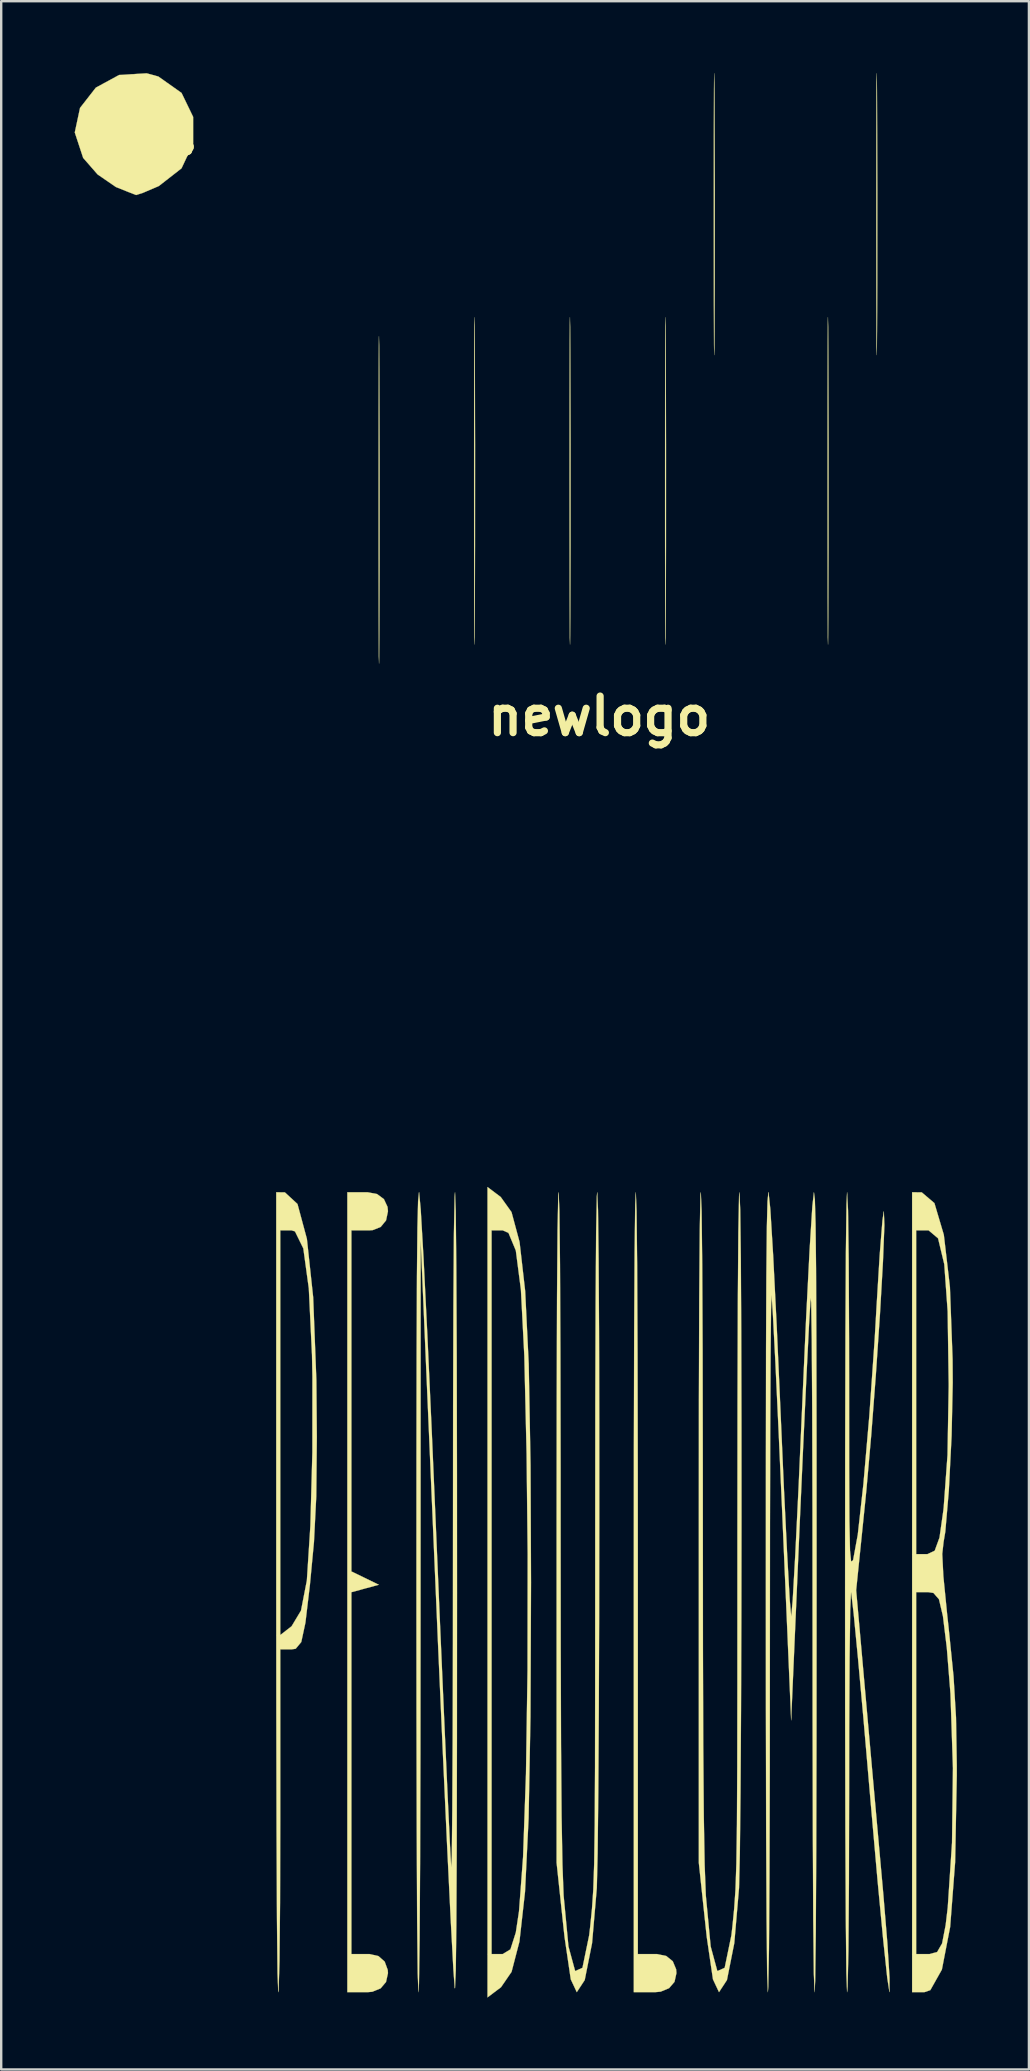
<source format=kicad_pcb>
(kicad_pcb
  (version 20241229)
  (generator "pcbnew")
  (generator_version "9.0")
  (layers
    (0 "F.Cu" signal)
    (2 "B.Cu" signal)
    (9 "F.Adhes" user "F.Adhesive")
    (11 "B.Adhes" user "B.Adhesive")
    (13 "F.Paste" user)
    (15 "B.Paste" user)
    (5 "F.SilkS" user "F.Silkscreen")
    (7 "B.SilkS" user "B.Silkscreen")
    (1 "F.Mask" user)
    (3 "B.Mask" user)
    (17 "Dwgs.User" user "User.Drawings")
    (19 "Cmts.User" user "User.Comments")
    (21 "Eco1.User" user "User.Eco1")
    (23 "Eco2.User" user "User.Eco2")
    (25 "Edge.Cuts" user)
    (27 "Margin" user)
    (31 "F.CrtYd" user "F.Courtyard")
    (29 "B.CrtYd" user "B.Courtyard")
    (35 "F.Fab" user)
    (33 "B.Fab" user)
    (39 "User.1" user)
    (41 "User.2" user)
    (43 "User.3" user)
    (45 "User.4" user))
  (footprint "newlogo"
    (layer "F.Cu")
    (at 21.924 26.794)
    (property "Reference" "newlogo" (at 0 0 0) (layer "F.SilkS") (effects (font (size 1.524 1.524) (thickness 0.3))))
    (attr through_hole)
    (fp_poly (pts (xy -9.172 -15.409) (xy -9.166 -14.451) (xy -9.155 -10.526) (xy -9.156 -6.273) (xy -9.166 -3.339) (xy -9.176 -2.191) (xy -9.185 -2.503) (xy -9.191 -4.148) (xy -9.195 -7) (xy -9.195 -9.128) (xy -9.193 -12.573) (xy -9.188 -14.845) (xy -9.181 -15.829) (xy -9.172 -15.409)) (stroke (width 0.01) (type solid)) (fill yes) (layer "F.SilkS"))
    (fp_poly (pts (xy -5.192 -16.202) (xy -5.186 -15.245) (xy -5.175 -11.32) (xy -5.177 -7.067) (xy -5.187 -4.132) (xy -5.197 -2.984) (xy -5.205 -3.297) (xy -5.212 -4.942) (xy -5.215 -7.794) (xy -5.216 -9.922) (xy -5.214 -13.367) (xy -5.209 -15.639) (xy -5.202 -16.622) (xy -5.192 -16.202)) (stroke (width 0.01) (type solid)) (fill yes) (layer "F.SilkS"))
    (fp_poly (pts (xy -1.213 -16.202) (xy -1.207 -15.245) (xy -1.196 -11.32) (xy -1.197 -7.067) (xy -1.207 -4.132) (xy -1.217 -2.984) (xy -1.226 -3.297) (xy -1.232 -4.942) (xy -1.236 -7.794) (xy -1.237 -9.922) (xy -1.235 -13.367) (xy -1.23 -15.639) (xy -1.222 -16.622) (xy -1.213 -16.202)) (stroke (width 0.01) (type solid)) (fill yes) (layer "F.SilkS"))
    (fp_poly (pts (xy 2.766 -16.202) (xy 2.772 -15.245) (xy 2.783 -11.32) (xy 2.782 -7.067) (xy 2.772 -4.132) (xy 2.762 -2.984) (xy 2.753 -3.297) (xy 2.747 -4.942) (xy 2.743 -7.794) (xy 2.743 -9.922) (xy 2.745 -13.367) (xy 2.75 -15.639) (xy 2.757 -16.622) (xy 2.766 -16.202)) (stroke (width 0.01) (type solid)) (fill yes) (layer "F.SilkS"))
    (fp_poly (pts (xy 4.801 -26.007) (xy 4.804 -25.567) (xy 4.816 -21.918) (xy 4.813 -18.037) (xy 4.804 -16.042) (xy 4.793 -15.046) (xy 4.783 -15.499) (xy 4.777 -17.262) (xy 4.774 -20.199) (xy 4.774 -21.034) (xy 4.776 -24.179) (xy 4.782 -26.138) (xy 4.79 -26.789) (xy 4.801 -26.007)) (stroke (width 0.01) (type solid)) (fill yes) (layer "F.SilkS"))
    (fp_poly (pts (xy 9.54 -16.202) (xy 9.546 -15.245) (xy 9.557 -11.32) (xy 9.555 -7.067) (xy 9.545 -4.132) (xy 9.535 -2.984) (xy 9.527 -3.297) (xy 9.52 -4.942) (xy 9.517 -7.794) (xy 9.516 -9.922) (xy 9.518 -13.367) (xy 9.523 -15.639) (xy 9.53 -16.622) (xy 9.54 -16.202)) (stroke (width 0.01) (type solid)) (fill yes) (layer "F.SilkS"))
    (fp_poly (pts (xy 11.575 -26.007) (xy 11.577 -25.567) (xy 11.589 -21.918) (xy 11.586 -18.037) (xy 11.577 -16.042) (xy 11.566 -15.046) (xy 11.557 -15.499) (xy 11.55 -17.262) (xy 11.547 -20.199) (xy 11.547 -21.034) (xy 11.549 -24.179) (xy 11.555 -26.138) (xy 11.564 -26.789) (xy 11.575 -26.007)) (stroke (width 0.01) (type solid)) (fill yes) (layer "F.SilkS"))
    (fp_poly (pts (xy 1.555 20.622) (xy 1.58 22.894) (xy 1.597 26.568) (xy 1.607 31.552) (xy 1.609 35.719) (xy 1.609 51.594) (xy 2.413 51.594) (xy 2.792 51.673) (xy 3.065 51.893) (xy 3.205 52.229) (xy 3.217 52.388) (xy 3.137 52.751) (xy 2.91 53.015) (xy 2.56 53.16) (xy 2.328 53.181) (xy 1.439 53.181) (xy 1.439 36.513) (xy 1.443 30.495) (xy 1.455 25.736) (xy 1.474 22.323) (xy 1.499 20.341) (xy 1.524 19.844) (xy 1.555 20.622)) (stroke (width 0.01) (type solid)) (fill yes) (layer "F.SilkS"))
    (fp_poly (pts (xy -9.259 19.919) (xy -8.974 20.13) (xy -8.823 20.454) (xy -8.805 20.637) (xy -8.885 21.018) (xy -9.107 21.289) (xy -9.441 21.422) (xy -9.567 21.431) (xy -10.329 21.431) (xy -10.329 35.646) (xy -9.186 36.202) (xy -9.758 36.357) (xy -10.329 36.513) (xy -10.329 51.594) (xy -9.567 51.594) (xy -9.202 51.677) (xy -8.942 51.907) (xy -8.814 52.256) (xy -8.805 52.388) (xy -8.886 52.756) (xy -9.111 53.023) (xy -9.457 53.164) (xy -9.652 53.181) (xy -10.499 53.181) (xy -10.499 19.844) (xy -9.652 19.844) (xy -9.259 19.919)) (stroke (width 0.01) (type solid)) (fill yes) (layer "F.SilkS"))
    (fp_poly (pts (xy -4.106 20.041) (xy -3.656 20.671) (xy -3.321 21.915) (xy -3.087 23.961) (xy -2.939 26.996) (xy -2.863 31.211) (xy -2.843 36.116) (xy -2.866 41.703) (xy -2.944 45.936) (xy -3.093 48.997) (xy -3.325 51.069) (xy -3.654 52.334) (xy -4.094 52.975) (xy -4.106 52.984) (xy -4.657 53.399) (xy -4.657 21.431) (xy -4.487 21.431) (xy -4.487 51.594) (xy -4.026 51.594) (xy -3.702 51.397) (xy -3.477 50.693) (xy -3.344 49.808) (xy -3.175 47.545) (xy -3.054 44.086) (xy -2.989 39.766) (xy -2.983 34.923) (xy -3.028 30.758) (xy -3.123 26.658) (xy -3.265 23.905) (xy -3.477 22.274) (xy -3.784 21.537) (xy -4.026 21.431) (xy -4.487 21.431) (xy -4.657 21.431) (xy -4.657 19.626) (xy -4.106 20.041)) (stroke (width 0.01) (type solid)) (fill yes) (layer "F.SilkS"))
    (fp_poly (pts (xy -13.102 19.848) (xy -12.576 20.333) (xy -12.184 21.786) (xy -11.922 24.226) (xy -11.789 27.673) (xy -11.769 30.043) (xy -11.793 32.515) (xy -11.889 34.421) (xy -12.057 36.195) (xy -12.245 37.783) (xy -12.418 38.589) (xy -12.65 38.869) (xy -12.819 38.894) (xy -13.293 38.894) (xy -13.293 46.038) (xy -13.302 49.46) (xy -13.326 51.902) (xy -13.363 53.102) (xy -13.377 53.181) (xy -13.408 52.402) (xy -13.432 50.123) (xy -13.449 46.43) (xy -13.459 41.409) (xy -13.462 36.513) (xy -13.462 21.431) (xy -13.293 21.431) (xy -13.293 38.297) (xy -12.822 37.931) (xy -12.43 37.278) (xy -12.188 36.035) (xy -12.184 35.999) (xy -12.039 33.743) (xy -11.956 30.677) (xy -11.954 27.513) (xy -11.972 26.614) (xy -12.104 23.855) (xy -12.333 22.185) (xy -12.681 21.476) (xy -12.827 21.431) (xy -13.293 21.431) (xy -13.462 21.431) (xy -13.462 19.844) (xy -13.102 19.848)) (stroke (width 0.01) (type solid)) (fill yes) (layer "F.SilkS"))
    (fp_poly (pts (xy -0.051 20.586) (xy -0.026 22.613) (xy -0.008 25.621) (xy 0.001 29.31) (xy 0.002 33.378) (xy -0.004 37.524) (xy -0.018 41.445) (xy -0.039 44.84) (xy -0.067 47.408) (xy -0.101 48.838) (xy -0.299 51.139) (xy -0.605 52.676) (xy -0.936 53.181) (xy -1.187 52.647) (xy -1.445 50.894) (xy -1.49 50.483) (xy -1.778 47.784) (xy -1.778 33.814) (xy -1.773 28.432) (xy -1.76 24.261) (xy -1.738 21.41) (xy -1.708 19.988) (xy -1.693 19.844) (xy -1.66 20.618) (xy -1.635 22.864) (xy -1.618 26.467) (xy -1.609 31.313) (xy -1.609 33.377) (xy -1.605 38.832) (xy -1.592 42.919) (xy -1.569 45.859) (xy -1.533 47.87) (xy -1.485 49.151) (xy -1.283 51.276) (xy -1.004 52.301) (xy -0.7 52.165) (xy -0.42 50.81) (xy -0.377 50.439) (xy -0.303 49.701) (xy -0.249 48.914) (xy -0.212 47.832) (xy -0.189 46.21) (xy -0.176 43.801) (xy -0.171 40.361) (xy -0.169 35.643) (xy -0.169 34.167) (xy -0.165 28.699) (xy -0.151 24.448) (xy -0.13 21.521) (xy -0.101 20.024) (xy -0.085 19.844) (xy -0.051 20.586)) (stroke (width 0.01) (type solid)) (fill yes) (layer "F.SilkS"))
    (fp_poly (pts (xy 5.876 20.586) (xy 5.901 22.613) (xy 5.918 25.621) (xy 5.927 29.31) (xy 5.929 33.378) (xy 5.923 37.524) (xy 5.909 41.445) (xy 5.888 44.84) (xy 5.86 47.408) (xy 5.826 48.838) (xy 5.628 51.139) (xy 5.322 52.676) (xy 4.991 53.181) (xy 4.739 52.647) (xy 4.482 50.894) (xy 4.437 50.483) (xy 4.149 47.784) (xy 4.149 33.814) (xy 4.153 28.432) (xy 4.167 24.261) (xy 4.189 21.41) (xy 4.218 19.988) (xy 4.233 19.844) (xy 4.266 20.618) (xy 4.292 22.864) (xy 4.309 26.467) (xy 4.317 31.313) (xy 4.318 33.377) (xy 4.322 38.832) (xy 4.335 42.919) (xy 4.358 45.859) (xy 4.393 47.87) (xy 4.442 49.151) (xy 4.644 51.276) (xy 4.922 52.301) (xy 5.227 52.165) (xy 5.507 50.81) (xy 5.55 50.439) (xy 5.623 49.701) (xy 5.677 48.914) (xy 5.714 47.832) (xy 5.738 46.21) (xy 5.751 43.801) (xy 5.756 40.361) (xy 5.757 35.643) (xy 5.757 34.167) (xy 5.762 28.699) (xy 5.775 24.448) (xy 5.797 21.521) (xy 5.826 20.024) (xy 5.842 19.844) (xy 5.876 20.586)) (stroke (width 0.01) (type solid)) (fill yes) (layer "F.SilkS"))
    (fp_poly (pts (xy -5.981 20.623) (xy -5.957 22.902) (xy -5.939 26.597) (xy -5.929 31.621) (xy -5.927 36.579) (xy -5.93 42.629) (xy -5.939 47.196) (xy -5.955 50.38) (xy -5.979 52.284) (xy -6.011 53.01) (xy -6.022 53.017) (xy -6.08 52.223) (xy -6.19 50.172) (xy -6.34 47.087) (xy -6.519 43.19) (xy -6.718 38.702) (xy -6.779 37.274) (xy -7.442 21.828) (xy -7.447 37.505) (xy -7.452 43.274) (xy -7.466 47.815) (xy -7.486 51.031) (xy -7.513 52.824) (xy -7.535 53.181) (xy -7.566 52.402) (xy -7.59 50.123) (xy -7.607 46.43) (xy -7.617 41.409) (xy -7.62 36.513) (xy -7.618 30.76) (xy -7.611 26.424) (xy -7.598 23.334) (xy -7.578 21.322) (xy -7.55 20.216) (xy -7.513 19.847) (xy -7.508 19.844) (xy -7.44 20.56) (xy -7.322 22.59) (xy -7.165 25.756) (xy -6.977 29.878) (xy -6.819 33.536) (xy -6.632 37.917) (xy -6.462 41.8) (xy -6.321 44.938) (xy -6.219 47.084) (xy -6.169 47.982) (xy -6.145 47.482) (xy -6.125 45.612) (xy -6.109 42.59) (xy -6.099 38.633) (xy -6.096 34.29) (xy -6.091 28.792) (xy -6.078 24.514) (xy -6.057 21.561) (xy -6.028 20.037) (xy -6.011 19.844) (xy -5.981 20.623)) (stroke (width 0.01) (type solid)) (fill yes) (layer "F.SilkS"))
    (fp_poly (pts (xy 13.441 19.848) (xy 13.969 20.297) (xy 14.361 21.618) (xy 14.615 23.794) (xy 14.726 26.805) (xy 14.732 27.781) (xy 14.685 29.991) (xy 14.569 32.283) (xy 14.422 33.995) (xy 14.35 34.423) (xy 14.295 34.919) (xy 14.342 35.852) (xy 14.503 37.47) (xy 14.558 37.968) (xy 14.766 40.022) (xy 14.869 41.741) (xy 14.901 43.717) (xy 14.901 44.15) (xy 14.832 47.764) (xy 14.625 50.461) (xy 14.28 52.24) (xy 13.798 53.097) (xy 13.549 53.181) (xy 13.039 53.181) (xy 13.039 36.513) (xy 13.208 36.513) (xy 13.208 51.594) (xy 13.762 51.594) (xy 14.082 51.506) (xy 14.288 51.15) (xy 14.437 50.382) (xy 14.524 49.645) (xy 14.702 46.953) (xy 14.74 43.842) (xy 14.638 40.752) (xy 14.485 38.833) (xy 14.323 37.507) (xy 14.158 36.808) (xy 13.927 36.543) (xy 13.723 36.513) (xy 13.208 36.513) (xy 13.039 36.513) (xy 13.039 21.431) (xy 13.208 21.431) (xy 13.208 34.925) (xy 13.678 34.925) (xy 13.98 34.784) (xy 14.18 34.235) (xy 14.342 33.094) (xy 14.355 32.977) (xy 14.514 30.791) (xy 14.563 27.953) (xy 14.563 27.817) (xy 14.52 24.811) (xy 14.379 22.843) (xy 14.12 21.765) (xy 13.725 21.431) (xy 13.716 21.431) (xy 13.208 21.431) (xy 13.039 21.431) (xy 13.039 19.844) (xy 13.441 19.848)) (stroke (width 0.01) (type solid)) (fill yes) (layer "F.SilkS"))
    (fp_poly (pts (xy 10.369 20.598) (xy 10.397 22.706) (xy 10.412 25.937) (xy 10.414 27.707) (xy 10.416 31.286) (xy 10.426 33.55) (xy 10.451 34.774) (xy 10.496 35.231) (xy 10.567 35.193) (xy 10.582 35.158) (xy 10.774 34.114) (xy 11.009 32.004) (xy 11.254 29.179) (xy 11.477 25.996) (xy 11.555 24.635) (xy 11.688 22.453) (xy 11.804 21.001) (xy 11.86 20.637) (xy 11.884 21.214) (xy 11.824 22.742) (xy 11.7 24.914) (xy 11.53 27.426) (xy 11.335 29.972) (xy 11.134 32.247) (xy 11.09 32.688) (xy 10.707 36.432) (xy 11.09 40.735) (xy 11.358 43.743) (xy 11.652 47.017) (xy 11.84 49.109) (xy 12.007 51.126) (xy 12.099 52.581) (xy 12.097 53.175) (xy 12.094 53.177) (xy 12.002 52.583) (xy 11.83 50.961) (xy 11.6 48.543) (xy 11.337 45.562) (xy 11.275 44.842) (xy 11.01 41.773) (xy 10.778 39.213) (xy 10.602 37.394) (xy 10.502 36.546) (xy 10.492 36.513) (xy 10.46 37.251) (xy 10.434 39.25) (xy 10.418 42.18) (xy 10.414 44.847) (xy 10.406 48.662) (xy 10.385 51.437) (xy 10.351 52.958) (xy 10.329 53.181) (xy 10.299 52.402) (xy 10.275 50.123) (xy 10.257 46.43) (xy 10.247 41.409) (xy 10.245 36.513) (xy 10.249 30.495) (xy 10.26 25.736) (xy 10.279 22.323) (xy 10.304 20.341) (xy 10.329 19.844) (xy 10.369 20.598)) (stroke (width 0.01) (type solid)) (fill yes) (layer "F.SilkS"))
    (fp_poly (pts (xy 8.986 20.14) (xy 9.015 21.144) (xy 9.036 23.027) (xy 9.049 25.96) (xy 9.057 30.114) (xy 9.059 35.662) (xy 9.059 36.513) (xy 9.055 42.53) (xy 9.044 47.289) (xy 9.025 50.702) (xy 9 52.684) (xy 8.975 53.181) (xy 8.943 52.405) (xy 8.918 50.143) (xy 8.901 46.497) (xy 8.891 41.568) (xy 8.89 38.338) (xy 8.886 33.045) (xy 8.875 28.881) (xy 8.856 25.97) (xy 8.832 24.435) (xy 8.811 24.249) (xy 8.749 25.252) (xy 8.641 27.402) (xy 8.502 30.372) (xy 8.365 33.428) (xy 7.998 41.852) (xy 7.625 33.192) (xy 7.473 29.762) (xy 7.339 26.902) (xy 7.236 24.918) (xy 7.182 24.126) (xy 7.16 24.746) (xy 7.141 26.716) (xy 7.126 29.799) (xy 7.116 33.755) (xy 7.112 38.349) (xy 7.112 38.45) (xy 7.108 44.017) (xy 7.095 48.358) (xy 7.074 51.372) (xy 7.045 52.956) (xy 7.027 53.181) (xy 6.997 52.402) (xy 6.973 50.123) (xy 6.955 46.43) (xy 6.945 41.409) (xy 6.943 36.513) (xy 6.945 30.767) (xy 6.951 26.438) (xy 6.964 23.352) (xy 6.984 21.34) (xy 7.012 20.229) (xy 7.049 19.849) (xy 7.055 19.844) (xy 7.13 20.548) (xy 7.249 22.49) (xy 7.396 25.412) (xy 7.542 28.685) (xy 7.693 32.111) (xy 7.831 34.919) (xy 7.938 36.82) (xy 8.001 37.527) (xy 8.001 37.527) (xy 8.063 36.833) (xy 8.17 34.941) (xy 8.307 32.14) (xy 8.459 28.718) (xy 8.46 28.685) (xy 8.621 25.098) (xy 8.766 22.259) (xy 8.881 20.424) (xy 8.947 19.844) (xy 8.986 20.14)) (stroke (width 0.01) (type solid)) (fill yes) (layer "F.SilkS")))
  (footprint "dots"
    (layer "F.Cu")
    (at 2.729 2.631)
    (property "Reference" "dots" (at 0 0 0) (layer "F.SilkS") (effects (font (size 1.524 1.524) (thickness 0.3))))
    (attr through_hole)
    (fp_poly (pts (xy 0.821 -2.492) (xy 1.787 -1.809) (xy 2.27 -0.81) (xy 2.27 0.305) (xy 1.786 1.335) (xy 0.842 2.071) (xy 0.178 2.356) (xy -0.105 2.447) (xy -0.445 2.315) (xy -0.95 2.113) (xy -1.712 1.589) (xy -2.314 0.899) (xy -2.663 -0.161) (xy -2.444 -1.184) (xy -1.785 -2.029) (xy -0.816 -2.556) (xy 0.334 -2.626) (xy 0.821 -2.492)) (stroke (width 0.01) (type solid)) (fill yes) (layer "F.SilkS")))
  (gr_rect
    (start -3 -3)
    (end 39.831 83.197)
    (stroke (width 0.1) (type default))
    (fill no)
    (layer "Edge.Cuts")))
</source>
